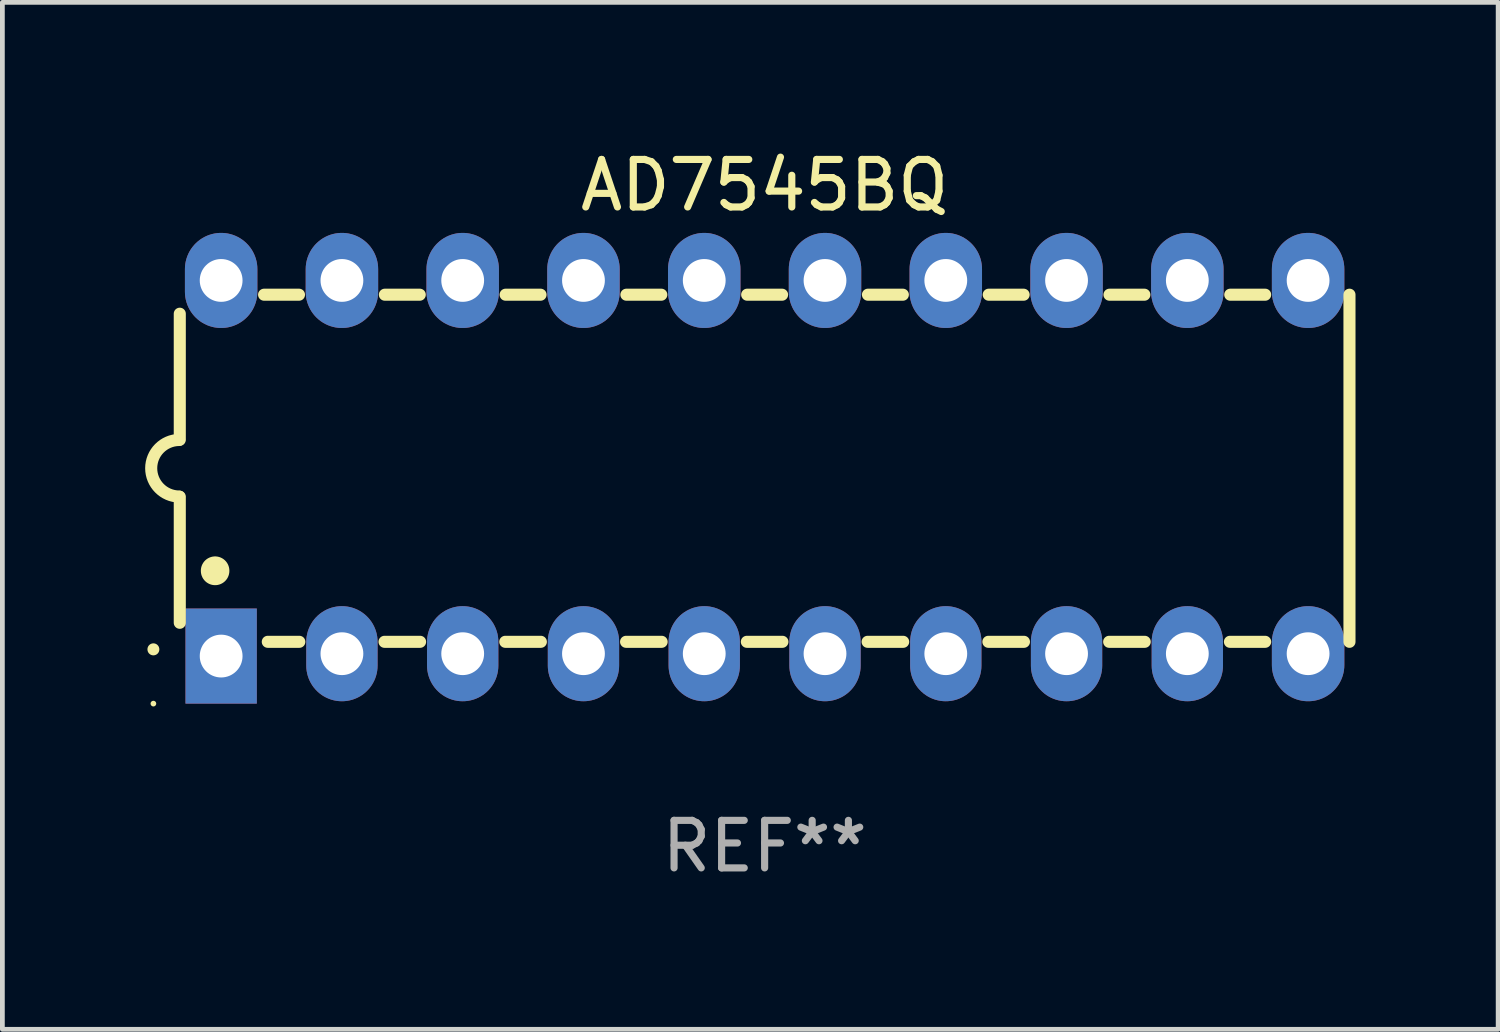
<source format=kicad_pcb>
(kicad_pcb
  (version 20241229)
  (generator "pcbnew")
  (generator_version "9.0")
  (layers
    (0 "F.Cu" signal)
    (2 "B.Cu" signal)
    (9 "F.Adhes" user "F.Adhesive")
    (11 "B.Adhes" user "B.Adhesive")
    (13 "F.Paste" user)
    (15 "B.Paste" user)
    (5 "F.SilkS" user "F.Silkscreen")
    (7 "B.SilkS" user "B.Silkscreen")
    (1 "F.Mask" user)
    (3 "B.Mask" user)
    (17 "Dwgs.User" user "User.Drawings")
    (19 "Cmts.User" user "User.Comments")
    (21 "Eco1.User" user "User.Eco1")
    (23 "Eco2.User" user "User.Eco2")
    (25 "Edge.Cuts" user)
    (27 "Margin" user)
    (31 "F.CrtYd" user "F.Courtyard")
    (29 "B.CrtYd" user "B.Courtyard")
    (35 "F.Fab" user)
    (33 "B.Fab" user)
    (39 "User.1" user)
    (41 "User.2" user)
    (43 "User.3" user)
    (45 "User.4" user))
  (footprint "AD7545BQ"
    (layer "F.Cu")
    (at 13.031 6.798)
    (property "Reference" "AD7545BQ" (at 0 -5.95 0) (layer "F.SilkS") (effects (font (size 1 1) (thickness 0.15))))
    (attr through_hole)
    (fp_line (start -12.3 -0.6) (end -12.3 -3.25) (stroke (width 0.254) (type solid)) (layer "F.SilkS"))
    (fp_line (start -12.3 3.25) (end -12.3 0.6) (stroke (width 0.254) (type solid)) (layer "F.SilkS"))
    (fp_line (start -10.527 -3.65) (end -9.793 -3.65) (stroke (width 0.254) (type solid)) (layer "F.SilkS"))
    (fp_line (start -10.449 3.65) (end -9.786 3.65) (stroke (width 0.254) (type solid)) (layer "F.SilkS"))
    (fp_line (start -7.994 3.65) (end -7.246 3.65) (stroke (width 0.254) (type solid)) (layer "F.SilkS"))
    (fp_line (start -7.987 -3.65) (end -7.253 -3.65) (stroke (width 0.254) (type solid)) (layer "F.SilkS"))
    (fp_line (start -5.454 3.65) (end -4.706 3.65) (stroke (width 0.254) (type solid)) (layer "F.SilkS"))
    (fp_line (start -5.447 -3.65) (end -4.713 -3.65) (stroke (width 0.254) (type solid)) (layer "F.SilkS"))
    (fp_line (start -2.914 3.65) (end -2.166 3.65) (stroke (width 0.254) (type solid)) (layer "F.SilkS"))
    (fp_line (start -2.907 -3.65) (end -2.173 -3.65) (stroke (width 0.254) (type solid)) (layer "F.SilkS"))
    (fp_line (start -0.374 3.65) (end 0.374 3.65) (stroke (width 0.254) (type solid)) (layer "F.SilkS"))
    (fp_line (start -0.367 -3.65) (end 0.367 -3.65) (stroke (width 0.254) (type solid)) (layer "F.SilkS"))
    (fp_line (start 2.166 3.65) (end 2.914 3.65) (stroke (width 0.254) (type solid)) (layer "F.SilkS"))
    (fp_line (start 2.173 -3.65) (end 2.907 -3.65) (stroke (width 0.254) (type solid)) (layer "F.SilkS"))
    (fp_line (start 4.706 3.65) (end 5.454 3.65) (stroke (width 0.254) (type solid)) (layer "F.SilkS"))
    (fp_line (start 4.713 -3.65) (end 5.447 -3.65) (stroke (width 0.254) (type solid)) (layer "F.SilkS"))
    (fp_line (start 7.246 3.65) (end 7.994 3.65) (stroke (width 0.254) (type solid)) (layer "F.SilkS"))
    (fp_line (start 7.253 -3.65) (end 7.987 -3.65) (stroke (width 0.254) (type solid)) (layer "F.SilkS"))
    (fp_line (start 9.786 3.65) (end 10.527 3.65) (stroke (width 0.254) (type solid)) (layer "F.SilkS"))
    (fp_line (start 9.793 -3.65) (end 10.527 -3.65) (stroke (width 0.254) (type solid)) (layer "F.SilkS"))
    (fp_line (start 12.3 -3.65) (end 12.3 3.65) (stroke (width 0.254) (type solid)) (layer "F.SilkS"))
    (fp_arc (start -12.854966 3.809881) (mid -12.854973 3.808611) (end -12.854966 3.807341) (stroke (width 0.25) (type solid)) (layer "F.SilkS"))
    (fp_arc (start -12.313894 0.594742) (mid -12.903982 -0.000152) (end -12.313894 -0.595046) (stroke (width 0.254001) (type solid)) (layer "F.SilkS"))
    (fp_arc (start -11.557023 2.158877) (mid -11.557034 2.156337) (end -11.557023 2.153797) (stroke (width 0.6) (type solid)) (layer "F.SilkS"))
    (fp_circle (center -12.855 4.95) (end -12.825 4.95) (stroke (width 0.06) (type solid)) (fill no) (layer "F.SilkS"))
    (fp_text user "REF**" (at 0 7.95 0) (layer "F.Fab") (effects (font (size 1 1) (thickness 0.15))))
    (pad "1" thru_hole rect (at -11.43 3.95 90) (size 2 1.5) (drill 0.9) (layers "*.Cu" "*.Mask"))
    (pad "2" thru_hole oval (at -8.89 3.9 90) (size 2 1.5) (drill 0.9) (layers "*.Cu" "*.Mask"))
    (pad "3" thru_hole oval (at -6.35 3.9 90) (size 2 1.5) (drill 0.9) (layers "*.Cu" "*.Mask"))
    (pad "4" thru_hole oval (at -3.81 3.9 90) (size 2 1.5) (drill 0.9) (layers "*.Cu" "*.Mask"))
    (pad "5" thru_hole oval (at -1.27 3.9 90) (size 2 1.5) (drill 0.9) (layers "*.Cu" "*.Mask"))
    (pad "6" thru_hole oval (at 1.27 3.9 90) (size 2 1.5) (drill 0.9) (layers "*.Cu" "*.Mask"))
    (pad "7" thru_hole oval (at 3.81 3.9 90) (size 2 1.5) (drill 0.9) (layers "*.Cu" "*.Mask"))
    (pad "8" thru_hole oval (at 6.35 3.9 90) (size 2 1.5) (drill 0.9) (layers "*.Cu" "*.Mask"))
    (pad "9" thru_hole oval (at 8.89 3.9 90) (size 2 1.5) (drill 0.9) (layers "*.Cu" "*.Mask"))
    (pad "10" thru_hole oval (at 11.43 3.9 90) (size 2 1.524) (drill 0.9) (layers "*.Cu" "*.Mask"))
    (pad "11" thru_hole oval (at 11.43 -3.95 90) (size 2 1.524) (drill 0.9) (layers "*.Cu" "*.Mask"))
    (pad "12" thru_hole oval (at 8.89 -3.95 90) (size 2 1.524) (drill 0.9) (layers "*.Cu" "*.Mask"))
    (pad "13" thru_hole oval (at 6.35 -3.95 90) (size 2 1.524) (drill 0.9) (layers "*.Cu" "*.Mask"))
    (pad "14" thru_hole oval (at 3.81 -3.95 90) (size 2 1.524) (drill 0.9) (layers "*.Cu" "*.Mask"))
    (pad "15" thru_hole oval (at 1.27 -3.95 90) (size 2 1.524) (drill 0.9) (layers "*.Cu" "*.Mask"))
    (pad "16" thru_hole oval (at -1.27 -3.95 90) (size 2 1.524) (drill 0.9) (layers "*.Cu" "*.Mask"))
    (pad "17" thru_hole oval (at -3.81 -3.95 90) (size 2 1.524) (drill 0.9) (layers "*.Cu" "*.Mask"))
    (pad "18" thru_hole oval (at -6.35 -3.95 90) (size 2 1.524) (drill 0.9) (layers "*.Cu" "*.Mask"))
    (pad "19" thru_hole oval (at -8.89 -3.95 90) (size 2 1.524) (drill 0.9) (layers "*.Cu" "*.Mask"))
    (pad "20" thru_hole oval (at -11.43 -3.95 90) (size 2 1.524) (drill 0.9) (layers "*.Cu" "*.Mask")))
  (gr_rect
    (start -3 -3)
    (end 28.458 18.597)
    (stroke (width 0.1) (type default))
    (fill no)
    (layer "Edge.Cuts")))
</source>
